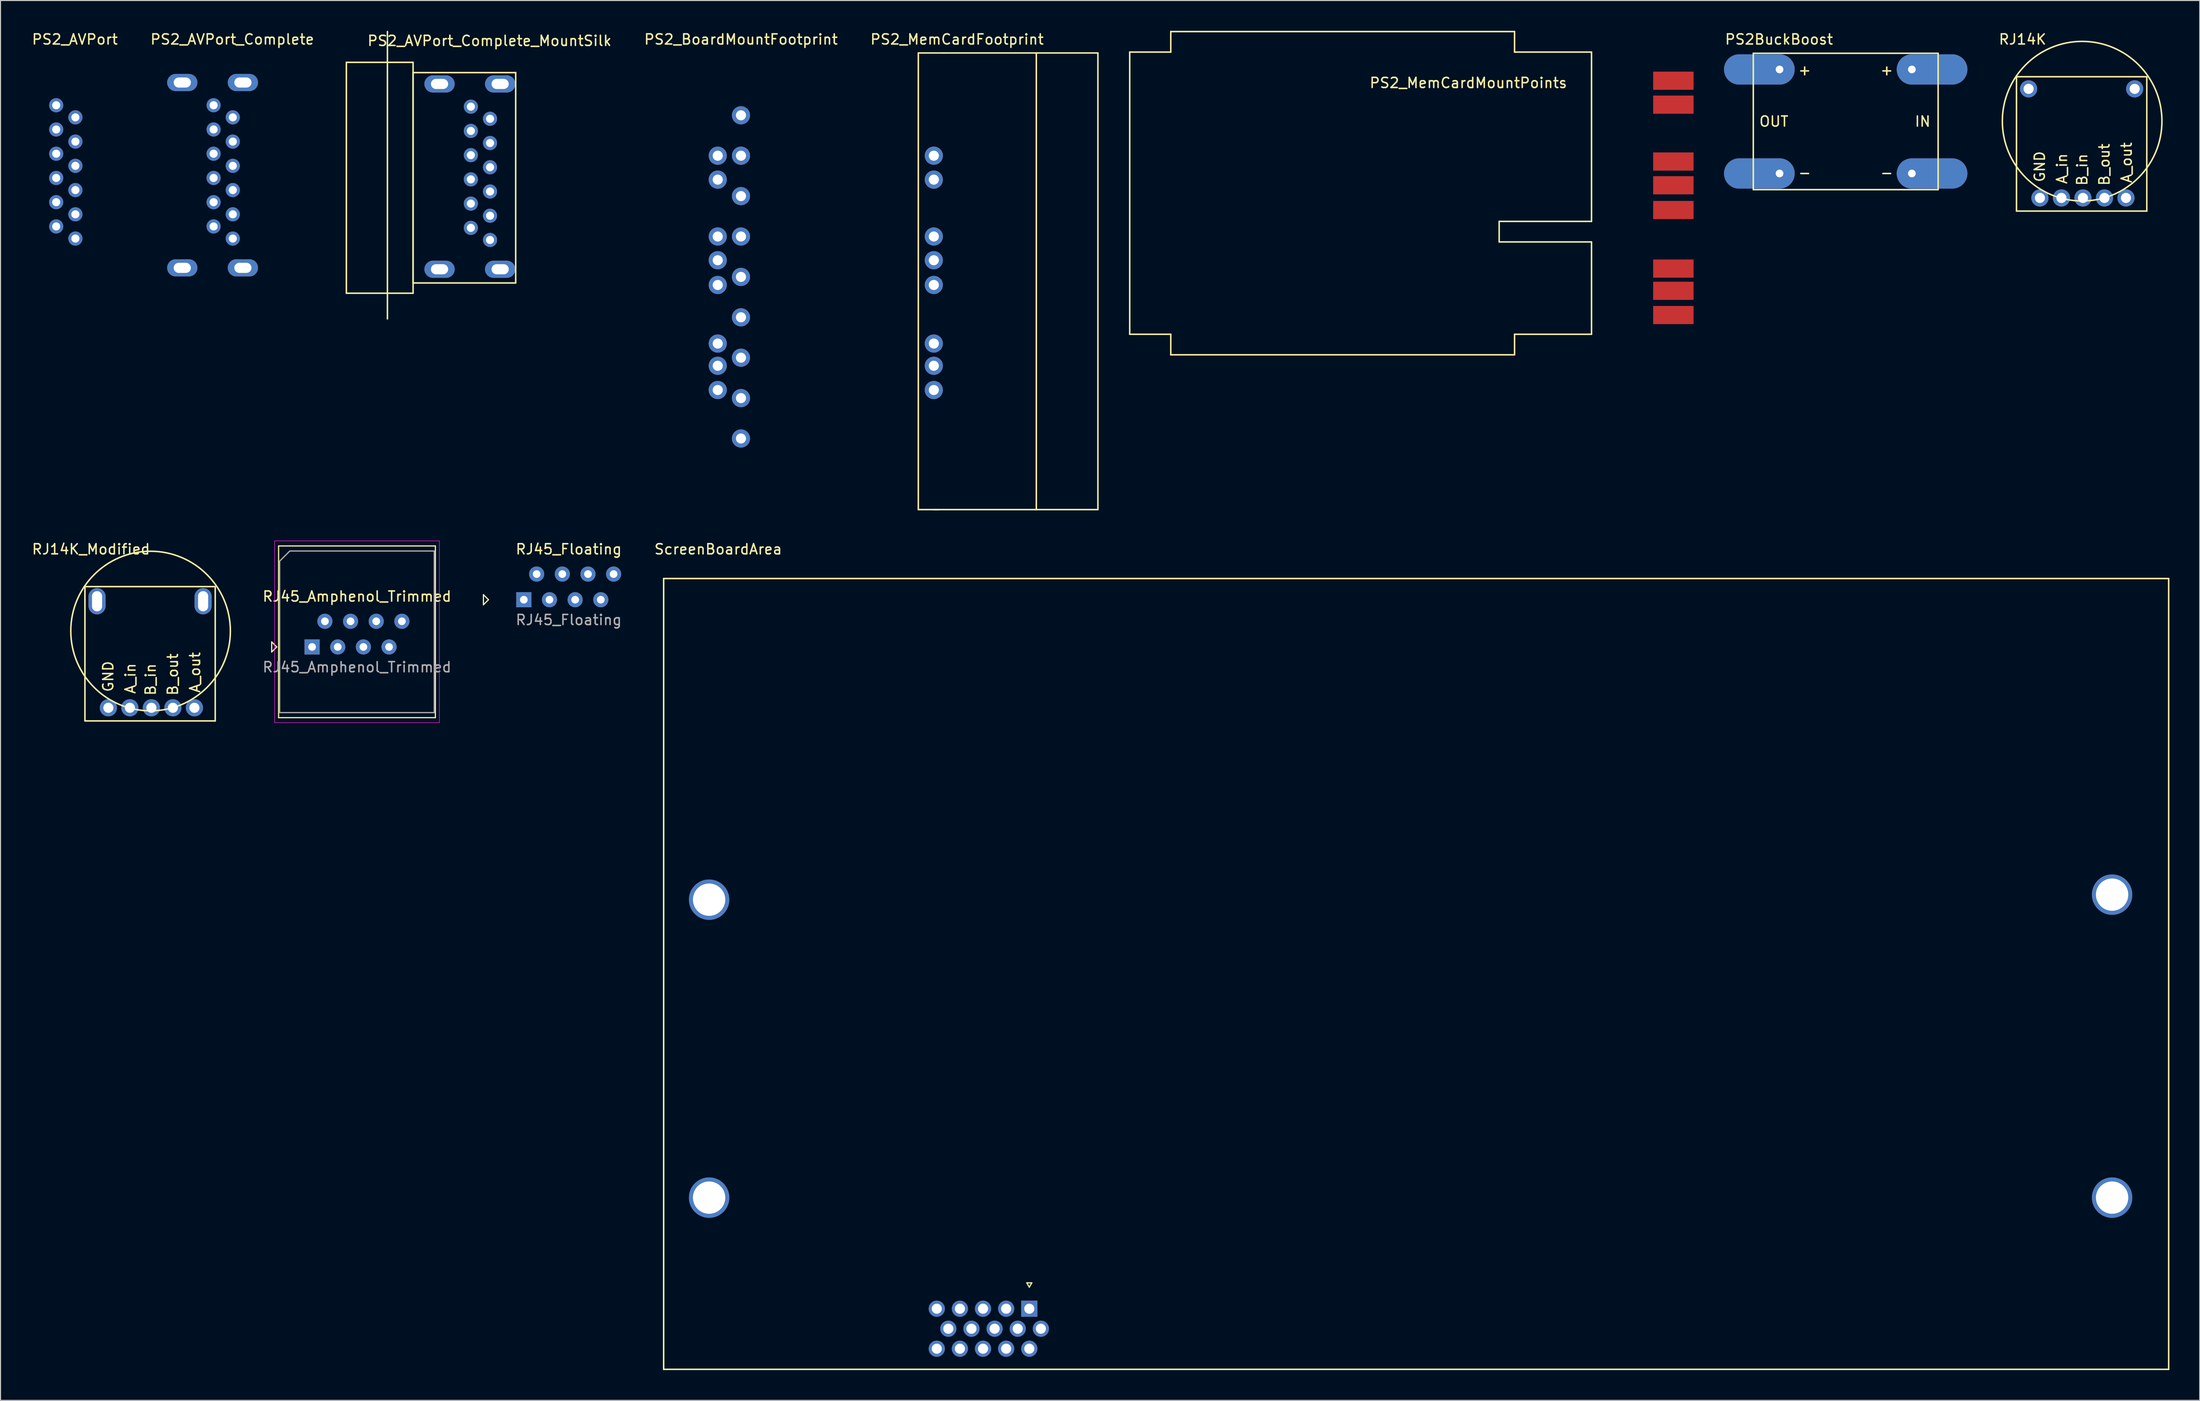
<source format=kicad_pcb>
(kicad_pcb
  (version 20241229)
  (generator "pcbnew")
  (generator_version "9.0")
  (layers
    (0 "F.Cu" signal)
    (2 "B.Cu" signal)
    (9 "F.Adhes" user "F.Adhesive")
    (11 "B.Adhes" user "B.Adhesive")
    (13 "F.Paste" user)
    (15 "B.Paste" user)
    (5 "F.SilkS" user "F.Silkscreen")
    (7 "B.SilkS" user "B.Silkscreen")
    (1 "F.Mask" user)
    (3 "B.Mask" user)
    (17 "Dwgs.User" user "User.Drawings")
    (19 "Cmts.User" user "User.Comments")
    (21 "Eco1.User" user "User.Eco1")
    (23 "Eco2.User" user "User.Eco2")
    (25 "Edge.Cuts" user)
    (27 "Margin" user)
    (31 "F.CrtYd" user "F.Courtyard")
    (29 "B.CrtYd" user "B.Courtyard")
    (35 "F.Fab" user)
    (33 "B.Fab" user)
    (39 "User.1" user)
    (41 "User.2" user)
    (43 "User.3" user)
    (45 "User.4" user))
  (footprint "PS2BuckBoost"
    (layer "F.Cu")
    (at 179.679 8.976)
    (property "Reference" "PS2BuckBoost" (at -6.604 -8.128 0) (layer "F.SilkS") (effects (font (size 1 1) (thickness 0.15))))
    (attr through_hole)
    (fp_line (start -9.15 -6.75) (end 9.15 -6.75) (stroke (width 0.15) (type solid)) (layer "F.SilkS"))
    (fp_line (start -9.15 6.75) (end -9.15 -6.75) (stroke (width 0.15) (type solid)) (layer "F.SilkS"))
    (fp_line (start 9.15 -6.75) (end 9.15 6.75) (stroke (width 0.15) (type solid)) (layer "F.SilkS"))
    (fp_line (start 9.15 6.75) (end -9.15 6.75) (stroke (width 0.15) (type solid)) (layer "F.SilkS"))
    (fp_text user "-" (at -4.064 5.08 0) (layer "F.SilkS") (effects (font (size 1 1) (thickness 0.15))))
    (fp_text user "IN" (at 7.62 0 0) (layer "F.SilkS") (effects (font (size 1 1) (thickness 0.15))))
    (fp_text user "-" (at 4.064 5.08 0) (layer "F.SilkS") (effects (font (size 1 1) (thickness 0.15))))
    (fp_text user "+" (at 4.064 -5.08 0) (layer "F.SilkS") (effects (font (size 1 1) (thickness 0.15))))
    (fp_text user "OUT" (at -7.112 0 0) (layer "F.SilkS") (effects (font (size 1 1) (thickness 0.15))))
    (fp_text user "+" (at -4.064 -5.08 0) (layer "F.SilkS") (effects (font (size 1 1) (thickness 0.15))))
    (pad "1" thru_hole oval (at 6.55 -5.15) (size 7 3) (drill 0.762 (offset 2 0)) (layers "*.Cu" "*.Mask"))
    (pad "2" thru_hole oval (at 6.55 5.15) (size 7 3) (drill 0.762 (offset 2 0)) (layers "*.Cu" "*.Mask"))
    (pad "3" thru_hole oval (at -6.55 -5.15 180) (size 7 3) (drill 0.762 (offset 2 0)) (layers "*.Cu" "*.Mask"))
    (pad "4" thru_hole oval (at -6.55 5.15 180) (size 7 3) (drill 0.762 (offset 2 0)) (layers "*.Cu" "*.Mask")))
  (footprint "PS2_AVPort"
    (layer "F.Cu")
    (at 4.414 8.57)
    (property "Reference" "PS2_AVPort" (at -0.051 -7.722 0) (layer "F.SilkS") (effects (font (size 1 1) (thickness 0.15))))
    (attr through_hole)
    (pad "1" thru_hole circle (at -1.9 -1.2) (size 1.4 1.4) (drill 0.8) (layers "*.Cu" "*.Mask"))
    (pad "2" thru_hole circle (at 0 0) (size 1.4 1.4) (drill 0.8) (layers "*.Cu" "*.Mask"))
    (pad "3" thru_hole circle (at -1.9 1.2) (size 1.4 1.4) (drill 0.8) (layers "*.Cu" "*.Mask"))
    (pad "4" thru_hole circle (at 0 2.4) (size 1.4 1.4) (drill 0.8) (layers "*.Cu" "*.Mask"))
    (pad "5" thru_hole circle (at -1.9 3.6) (size 1.4 1.4) (drill 0.8) (layers "*.Cu" "*.Mask"))
    (pad "6" thru_hole circle (at 0 4.8) (size 1.4 1.4) (drill 0.8) (layers "*.Cu" "*.Mask"))
    (pad "7" thru_hole circle (at -1.9 6) (size 1.4 1.4) (drill 0.8) (layers "*.Cu" "*.Mask"))
    (pad "8" thru_hole circle (at 0 7.2) (size 1.4 1.4) (drill 0.8) (layers "*.Cu" "*.Mask"))
    (pad "9" thru_hole circle (at -1.9 8.4) (size 1.4 1.4) (drill 0.8) (layers "*.Cu" "*.Mask"))
    (pad "10" thru_hole circle (at 0 9.6) (size 1.4 1.4) (drill 0.8) (layers "*.Cu" "*.Mask"))
    (pad "11" thru_hole circle (at -1.9 10.8) (size 1.4 1.4) (drill 0.8) (layers "*.Cu" "*.Mask"))
    (pad "12" thru_hole circle (at 0 12) (size 1.4 1.4) (drill 0.8) (layers "*.Cu" "*.Mask")))
  (footprint "ScreenBoardArea"
    (layer "F.Cu")
    (at 89.653 130.53)
    (property "Reference" "ScreenBoardArea" (at -21.6 -79.2 0) (layer "F.SilkS") (effects (font (size 1 1) (thickness 0.15))))
    (attr through_hole)
    (fp_line (start -27 -76.3) (end -27 2) (stroke (width 0.15) (type solid)) (layer "F.SilkS"))
    (fp_line (start -27 2) (end 122 2) (stroke (width 0.15) (type solid)) (layer "F.SilkS"))
    (fp_line (start 8.95 -6.564) (end 9.45 -6.564) (stroke (width 0.12) (type solid)) (layer "F.SilkS"))
    (fp_line (start 9.2 -6.131) (end 8.95 -6.564) (stroke (width 0.12) (type solid)) (layer "F.SilkS"))
    (fp_line (start 9.45 -6.564) (end 9.2 -6.131) (stroke (width 0.12) (type solid)) (layer "F.SilkS"))
    (fp_line (start 122 -76.3) (end -27 -76.3) (stroke (width 0.15) (type solid)) (layer "F.SilkS"))
    (fp_line (start 122 2) (end 122 -76.3) (stroke (width 0.15) (type solid)) (layer "F.SilkS"))
    (pad "0" thru_hole circle (at -22.5 -44.5) (size 4 4) (drill 3.2) (layers "*.Cu" "*.Mask"))
    (pad "0" thru_hole circle (at -22.5 -15) (size 4 4) (drill 3.2) (layers "*.Cu" "*.Mask"))
    (pad "0" thru_hole circle (at 116.4 -45) (size 4 4) (drill 3.2) (layers "*.Cu" "*.Mask"))
    (pad "0" thru_hole circle (at 116.4 -15) (size 4 4) (drill 3.2) (layers "*.Cu" "*.Mask"))
    (pad "1" thru_hole rect (at 9.2 -4) (size 1.6 1.6) (drill 1) (layers "*.Cu" "*.Mask"))
    (pad "2" thru_hole circle (at 6.91 -4) (size 1.6 1.6) (drill 1) (layers "*.Cu" "*.Mask"))
    (pad "3" thru_hole circle (at 4.62 -4) (size 1.6 1.6) (drill 1) (layers "*.Cu" "*.Mask"))
    (pad "4" thru_hole circle (at 2.33 -4) (size 1.6 1.6) (drill 1) (layers "*.Cu" "*.Mask"))
    (pad "5" thru_hole circle (at 0.04 -4) (size 1.6 1.6) (drill 1) (layers "*.Cu" "*.Mask"))
    (pad "6" thru_hole circle (at 10.345 -2.02) (size 1.6 1.6) (drill 1) (layers "*.Cu" "*.Mask"))
    (pad "7" thru_hole circle (at 8.055 -2.02) (size 1.6 1.6) (drill 1) (layers "*.Cu" "*.Mask"))
    (pad "8" thru_hole circle (at 5.765 -2.02) (size 1.6 1.6) (drill 1) (layers "*.Cu" "*.Mask"))
    (pad "9" thru_hole circle (at 3.475 -2.02) (size 1.6 1.6) (drill 1) (layers "*.Cu" "*.Mask"))
    (pad "10" thru_hole circle (at 1.185 -2.02) (size 1.6 1.6) (drill 1) (layers "*.Cu" "*.Mask"))
    (pad "11" thru_hole circle (at 9.2 -0.04) (size 1.6 1.6) (drill 1) (layers "*.Cu" "*.Mask"))
    (pad "12" thru_hole circle (at 6.91 -0.04) (size 1.6 1.6) (drill 1) (layers "*.Cu" "*.Mask"))
    (pad "13" thru_hole circle (at 4.62 -0.04) (size 1.6 1.6) (drill 1) (layers "*.Cu" "*.Mask"))
    (pad "14" thru_hole circle (at 2.33 -0.04) (size 1.6 1.6) (drill 1) (layers "*.Cu" "*.Mask"))
    (pad "15" thru_hole circle (at 0.04 -0.04) (size 1.6 1.6) (drill 1) (layers "*.Cu" "*.Mask")))
  (footprint "RJ45_Floating"
    (layer "F.Cu")
    (at 48.81 56.33)
    (property "Reference" "RJ45_Floating" (at 4.445 -5 180) (layer "F.SilkS") (effects (font (size 1 1) (thickness 0.15))))
    (attr through_hole)
    (fp_line (start -4 -0.5) (end -4 0.5) (stroke (width 0.12) (type solid)) (layer "F.SilkS"))
    (fp_line (start -4 0.5) (end -3.5 0) (stroke (width 0.12) (type solid)) (layer "F.SilkS"))
    (fp_line (start -3.5 0) (end -4 -0.5) (stroke (width 0.12) (type solid)) (layer "F.SilkS"))
    (fp_text user "${REFERENCE}" (at 4.445 2 180) (layer "F.Fab") (effects (font (size 1 1) (thickness 0.15))))
    (pad "1" thru_hole rect (at 0 0) (size 1.5 1.5) (drill 0.76) (layers "*.Cu" "*.Mask"))
    (pad "2" thru_hole circle (at 1.27 -2.54) (size 1.5 1.5) (drill 0.76) (layers "*.Cu" "*.Mask"))
    (pad "3" thru_hole circle (at 2.54 0) (size 1.5 1.5) (drill 0.76) (layers "*.Cu" "*.Mask"))
    (pad "4" thru_hole circle (at 3.81 -2.54) (size 1.5 1.5) (drill 0.76) (layers "*.Cu" "*.Mask"))
    (pad "5" thru_hole circle (at 5.08 0) (size 1.5 1.5) (drill 0.76) (layers "*.Cu" "*.Mask"))
    (pad "6" thru_hole circle (at 6.35 -2.54) (size 1.5 1.5) (drill 0.76) (layers "*.Cu" "*.Mask"))
    (pad "7" thru_hole circle (at 7.62 0) (size 1.5 1.5) (drill 0.76) (layers "*.Cu" "*.Mask"))
    (pad "8" thru_hole circle (at 8.89 -2.54) (size 1.5 1.5) (drill 0.76) (layers "*.Cu" "*.Mask")))
  (footprint "PS2_MemCardMountPoints"
    (layer "F.Cu")
    (at 162.605 4.931)
    (property "Reference" "PS2_MemCardMountPoints" (at -20.282 0.224 0) (layer "F.SilkS") (effects (font (size 1 1) (thickness 0.15))))
    (attr through_hole)
    (fp_line (start -53.81 -2.824) (end -49.746 -2.824) (stroke (width 0.15) (type solid)) (layer "F.SilkS"))
    (fp_line (start -53.81 25.116) (end -53.81 -2.824) (stroke (width 0.15) (type solid)) (layer "F.SilkS"))
    (fp_line (start -49.746 -4.856) (end -15.71 -4.856) (stroke (width 0.15) (type solid)) (layer "F.SilkS"))
    (fp_line (start -49.746 -2.824) (end -49.746 -4.856) (stroke (width 0.15) (type solid)) (layer "F.SilkS"))
    (fp_line (start -49.746 25.116) (end -53.81 25.116) (stroke (width 0.15) (type solid)) (layer "F.SilkS"))
    (fp_line (start -49.746 27.148) (end -49.746 25.116) (stroke (width 0.15) (type solid)) (layer "F.SilkS"))
    (fp_line (start -17.234 13.94) (end -17.234 15.972) (stroke (width 0.15) (type solid)) (layer "F.SilkS"))
    (fp_line (start -17.234 15.972) (end -8.09 15.972) (stroke (width 0.15) (type solid)) (layer "F.SilkS"))
    (fp_line (start -15.71 -4.856) (end -15.71 -2.824) (stroke (width 0.15) (type solid)) (layer "F.SilkS"))
    (fp_line (start -15.71 -2.824) (end -8.09 -2.824) (stroke (width 0.15) (type solid)) (layer "F.SilkS"))
    (fp_line (start -15.71 25.116) (end -15.71 27.148) (stroke (width 0.15) (type solid)) (layer "F.SilkS"))
    (fp_line (start -15.71 27.148) (end -49.746 27.148) (stroke (width 0.15) (type solid)) (layer "F.SilkS"))
    (fp_line (start -8.09 13.94) (end -17.234 13.94) (stroke (width 0.15) (type solid)) (layer "F.SilkS"))
    (fp_line (start -8.09 13.94) (end -8.09 -2.824) (stroke (width 0.15) (type solid)) (layer "F.SilkS"))
    (fp_line (start -8.09 15.972) (end -8.09 25.116) (stroke (width 0.15) (type solid)) (layer "F.SilkS"))
    (fp_line (start -8.09 25.116) (end -15.71 25.116) (stroke (width 0.15) (type solid)) (layer "F.SilkS"))
    (pad "1" smd rect (at 0.011 0.012) (size 4 1.8) (layers "F.Cu" "F.Mask" "F.Paste"))
    (pad "2" smd rect (at 0.011 2.382) (size 4 1.8) (layers "F.Cu" "F.Mask" "F.Paste"))
    (pad "3" smd rect (at 0.011 8.012) (size 4 1.8) (layers "F.Cu" "F.Mask" "F.Paste"))
    (pad "4" smd rect (at 0.011 10.362) (size 4 1.8) (layers "F.Cu" "F.Mask" "F.Paste"))
    (pad "5" smd rect (at 0.011 12.812) (size 4 1.8) (layers "F.Cu" "F.Mask" "F.Paste"))
    (pad "6" smd rect (at 0.011 18.612) (size 4 1.8) (layers "F.Cu" "F.Mask" "F.Paste"))
    (pad "7" smd rect (at 0.011 20.812) (size 4 1.8) (layers "F.Cu" "F.Mask" "F.Paste"))
    (pad "8" smd rect (at 0.011 23.212) (size 4 1.8) (layers "F.Cu" "F.Mask" "F.Paste")))
  (footprint "PS2_MemCardFootprint"
    (layer "F.Cu")
    (at 89.389 12.354)
    (property "Reference" "PS2_MemCardFootprint" (at 2.311 -11.506 0) (layer "F.SilkS") (effects (font (size 1 1) (thickness 0.15))))
    (attr through_hole)
    (fp_line (start -1.524 -10.16) (end -1.524 35.052) (stroke (width 0.15) (type solid)) (layer "F.SilkS"))
    (fp_line (start -1.524 35.052) (end 0.508 35.052) (stroke (width 0.15) (type solid)) (layer "F.SilkS"))
    (fp_line (start 1.016 -10.16) (end -1.524 -10.16) (stroke (width 0.15) (type solid)) (layer "F.SilkS"))
    (fp_line (start 1.016 -10.16) (end 16.256 -10.16) (stroke (width 0.15) (type solid)) (layer "F.SilkS"))
    (fp_line (start 10.16 35.052) (end 10.16 -10.16) (stroke (width 0.15) (type solid)) (layer "F.SilkS"))
    (fp_line (start 16.256 -10.16) (end 16.256 35.052) (stroke (width 0.15) (type solid)) (layer "F.SilkS"))
    (fp_line (start 16.256 35.052) (end 0 35.052) (stroke (width 0.15) (type solid)) (layer "F.SilkS"))
    (pad "1" thru_hole circle (at 0.011 0.012) (size 1.8 1.8) (drill 1) (layers "*.Cu" "*.Mask"))
    (pad "2" thru_hole circle (at 0.011 2.382) (size 1.8 1.8) (drill 1) (layers "*.Cu" "*.Mask"))
    (pad "3" thru_hole circle (at 0.011 8.012) (size 1.8 1.8) (drill 1) (layers "*.Cu" "*.Mask"))
    (pad "4" thru_hole circle (at 0.011 10.362) (size 1.8 1.8) (drill 1) (layers "*.Cu" "*.Mask"))
    (pad "5" thru_hole circle (at 0.011 12.812) (size 1.8 1.8) (drill 1) (layers "*.Cu" "*.Mask"))
    (pad "6" thru_hole circle (at 0.011 18.612) (size 1.8 1.8) (drill 1) (layers "*.Cu" "*.Mask"))
    (pad "7" thru_hole circle (at 0.011 20.812) (size 1.8 1.8) (drill 1) (layers "*.Cu" "*.Mask"))
    (pad "8" thru_hole circle (at 0.011 23.212) (size 1.8 1.8) (drill 1) (layers "*.Cu" "*.Mask")))
  (footprint "RJ14K"
    (layer "F.Cu")
    (at 197.787 5.748)
    (property "Reference" "RJ14K" (at -0.6 -4.9 0) (layer "F.SilkS") (effects (font (size 1 1) (thickness 0.15))))
    (attr through_hole)
    (fp_line (start -1.2 12.1) (end -1.2 -1.2) (stroke (width 0.15) (type solid)) (layer "F.SilkS"))
    (fp_line (start -1.1 -1.2) (end 11.6 -1.2) (stroke (width 0.15) (type solid)) (layer "F.SilkS"))
    (fp_line (start 11.7 -1.2) (end 11.7 12.1) (stroke (width 0.15) (type solid)) (layer "F.SilkS"))
    (fp_line (start 11.7 12.1) (end -1.2 12.1) (stroke (width 0.15) (type solid)) (layer "F.SilkS"))
    (fp_circle (center 5.3 3.2) (end 13.2 3.2) (stroke (width 0.15) (type solid)) (fill no) (layer "F.SilkS"))
    (fp_text user "B_out" (at 7.5 7.5 90) (layer "F.SilkS") (effects (font (size 1 1) (thickness 0.15))))
    (fp_text user "B_in" (at 5.3 8 90) (layer "F.SilkS") (effects (font (size 1 1) (thickness 0.15))))
    (fp_text user "A_in" (at 3.3 7.9 90) (layer "F.SilkS") (effects (font (size 1 1) (thickness 0.15))))
    (fp_text user "GND" (at 1.1 7.7 90) (layer "F.SilkS") (effects (font (size 1 1) (thickness 0.15))))
    (fp_text user "A_out" (at 9.7 7.3 90) (layer "F.SilkS") (effects (font (size 1 1) (thickness 0.15))))
    (pad "1" thru_hole circle (at 0 0) (size 1.7 1.7) (drill 1) (layers "*.Cu" "*.Mask"))
    (pad "1" thru_hole circle (at 1.12 10.8) (size 1.7 1.7) (drill 1) (layers "*.Cu" "*.Mask"))
    (pad "1" thru_hole circle (at 10.5 0) (size 1.7 1.7) (drill 1) (layers "*.Cu" "*.Mask"))
    (pad "2" thru_hole circle (at 3.25 10.8) (size 1.7 1.7) (drill 1) (layers "*.Cu" "*.Mask"))
    (pad "3" thru_hole circle (at 5.38 10.8) (size 1.7 1.7) (drill 1) (layers "*.Cu" "*.Mask"))
    (pad "4" thru_hole circle (at 7.51 10.8) (size 1.7 1.7) (drill 1) (layers "*.Cu" "*.Mask"))
    (pad "5" thru_hole circle (at 9.64 10.8) (size 1.7 1.7) (drill 1) (layers "*.Cu" "*.Mask")))
  (footprint "PS2_AVPort_Complete"
    (layer "F.Cu")
    (at 19.997 8.57)
    (property "Reference" "PS2_AVPort_Complete" (at -0.051 -7.722 0) (layer "F.SilkS") (effects (font (size 1 1) (thickness 0.15))))
    (attr through_hole)
    (pad "1" thru_hole oval (at -5 -3.45) (size 3 1.7) (drill oval 1.7 1) (layers "*.Cu" "*.Mask"))
    (pad "1" thru_hole oval (at -5 14.9) (size 3 1.7) (drill oval 1.7 1) (layers "*.Cu" "*.Mask"))
    (pad "1" thru_hole circle (at -1.9 -1.2) (size 1.4 1.4) (drill 0.8) (layers "*.Cu" "*.Mask"))
    (pad "1" thru_hole circle (at 0 7.2) (size 1.4 1.4) (drill 0.8) (layers "*.Cu" "*.Mask"))
    (pad "1" thru_hole oval (at 1 -3.45) (size 3 1.7) (drill oval 1.7 1) (layers "*.Cu" "*.Mask"))
    (pad "1" thru_hole oval (at 1 14.9) (size 3 1.7) (drill oval 1.7 1) (layers "*.Cu" "*.Mask"))
    (pad "2" thru_hole circle (at 0 0) (size 1.4 1.4) (drill 0.8) (layers "*.Cu" "*.Mask"))
    (pad "3" thru_hole circle (at -1.9 1.2) (size 1.4 1.4) (drill 0.8) (layers "*.Cu" "*.Mask"))
    (pad "4" thru_hole circle (at 0 2.4) (size 1.4 1.4) (drill 0.8) (layers "*.Cu" "*.Mask"))
    (pad "5" thru_hole circle (at -1.9 3.6) (size 1.4 1.4) (drill 0.8) (layers "*.Cu" "*.Mask"))
    (pad "6" thru_hole circle (at 0 4.8) (size 1.4 1.4) (drill 0.8) (layers "*.Cu" "*.Mask"))
    (pad "7" thru_hole circle (at -1.9 6) (size 1.4 1.4) (drill 0.8) (layers "*.Cu" "*.Mask"))
    (pad "9" thru_hole circle (at -1.9 8.4) (size 1.4 1.4) (drill 0.8) (layers "*.Cu" "*.Mask"))
    (pad "10" thru_hole circle (at 0 9.6) (size 1.4 1.4) (drill 0.8) (layers "*.Cu" "*.Mask"))
    (pad "11" thru_hole circle (at -1.9 10.8) (size 1.4 1.4) (drill 0.8) (layers "*.Cu" "*.Mask"))
    (pad "12" thru_hole circle (at 0 12) (size 1.4 1.4) (drill 0.8) (layers "*.Cu" "*.Mask")))
  (footprint "RJ14K_Modified"
    (layer "F.Cu")
    (at 6.558 56.23)
    (property "Reference" "RJ14K_Modified" (at -0.6 -4.9 0) (layer "F.SilkS") (effects (font (size 1 1) (thickness 0.15))))
    (attr through_hole)
    (fp_line (start -1.2 12.1) (end -1.2 -1.2) (stroke (width 0.15) (type solid)) (layer "F.SilkS"))
    (fp_line (start -1.1 -1.2) (end 11.6 -1.2) (stroke (width 0.15) (type solid)) (layer "F.SilkS"))
    (fp_line (start 11.7 -1.2) (end 11.7 12.1) (stroke (width 0.15) (type solid)) (layer "F.SilkS"))
    (fp_line (start 11.7 12.1) (end -1.2 12.1) (stroke (width 0.15) (type solid)) (layer "F.SilkS"))
    (fp_circle (center 5.3 3.2) (end 13.2 3.2) (stroke (width 0.15) (type solid)) (fill no) (layer "F.SilkS"))
    (fp_text user "B_out" (at 7.5 7.5 90) (layer "F.SilkS") (effects (font (size 1 1) (thickness 0.15))))
    (fp_text user "A_out" (at 9.7 7.3 90) (layer "F.SilkS") (effects (font (size 1 1) (thickness 0.15))))
    (fp_text user "B_in" (at 5.3 8 90) (layer "F.SilkS") (effects (font (size 1 1) (thickness 0.15))))
    (fp_text user "A_in" (at 3.3 7.9 90) (layer "F.SilkS") (effects (font (size 1 1) (thickness 0.15))))
    (fp_text user "GND" (at 1.1 7.7 90) (layer "F.SilkS") (effects (font (size 1 1) (thickness 0.15))))
    (pad "1" thru_hole oval (at 0 0.25) (size 1.7 2.6) (drill oval 1 2) (layers "*.Cu" "*.Mask"))
    (pad "1" thru_hole circle (at 1.12 10.8) (size 1.7 1.7) (drill 1) (layers "*.Cu" "*.Mask"))
    (pad "1" thru_hole oval (at 10.5 0.25) (size 1.7 2.6) (drill oval 1 2) (layers "*.Cu" "*.Mask"))
    (pad "2" thru_hole circle (at 3.25 10.8) (size 1.7 1.7) (drill 1) (layers "*.Cu" "*.Mask"))
    (pad "3" thru_hole circle (at 5.38 10.8) (size 1.7 1.7) (drill 1) (layers "*.Cu" "*.Mask"))
    (pad "4" thru_hole circle (at 7.51 10.8) (size 1.7 1.7) (drill 1) (layers "*.Cu" "*.Mask"))
    (pad "5" thru_hole circle (at 9.64 10.8) (size 1.7 1.7) (drill 1) (layers "*.Cu" "*.Mask")))
  (footprint "RJ45_Amphenol_Trimmed"
    (layer "F.Cu")
    (at 27.847 61.006)
    (property "Reference" "RJ45_Amphenol_Trimmed" (at 4.445 -5 0) (layer "F.SilkS") (effects (font (size 1 1) (thickness 0.15))))
    (attr through_hole)
    (fp_line (start -4 -0.5) (end -4 0.5) (stroke (width 0.12) (type solid)) (layer "F.SilkS"))
    (fp_line (start -4 0.5) (end -3.5 0) (stroke (width 0.12) (type solid)) (layer "F.SilkS"))
    (fp_line (start -3.5 0) (end -4 -0.5) (stroke (width 0.12) (type solid)) (layer "F.SilkS"))
    (fp_line (start -3.315 -10) (end -3.315 7) (stroke (width 0.12) (type solid)) (layer "F.SilkS"))
    (fp_line (start -3.315 7) (end 12.205 7) (stroke (width 0.12) (type solid)) (layer "F.SilkS"))
    (fp_line (start 12.205 -10) (end -3.315 -10) (stroke (width 0.12) (type solid)) (layer "F.SilkS"))
    (fp_line (start 12.205 -10) (end 12.205 7) (stroke (width 0.12) (type solid)) (layer "F.SilkS"))
    (fp_line (start -3.71 -10.5) (end -3.71 7.5) (stroke (width 0.05) (type solid)) (layer "F.CrtYd"))
    (fp_line (start -3.71 -10.5) (end 12.6 -10.5) (stroke (width 0.05) (type solid)) (layer "F.CrtYd"))
    (fp_line (start 12.6 7.5) (end -3.71 7.5) (stroke (width 0.05) (type solid)) (layer "F.CrtYd"))
    (fp_line (start 12.6 7.5) (end 12.6 -10.5) (stroke (width 0.05) (type solid)) (layer "F.CrtYd"))
    (fp_line (start -3.205 -8.5) (end -2.205 -9.5) (stroke (width 0.12) (type solid)) (layer "F.Fab"))
    (fp_line (start -3.205 6.5) (end -3.205 -8.5) (stroke (width 0.12) (type solid)) (layer "F.Fab"))
    (fp_line (start -2.205 -9.5) (end 12.095 -9.5) (stroke (width 0.12) (type solid)) (layer "F.Fab"))
    (fp_line (start 12.095 -9.5) (end 12.095 6.5) (stroke (width 0.12) (type solid)) (layer "F.Fab"))
    (fp_line (start 12.095 6.5) (end -3.205 6.5) (stroke (width 0.12) (type solid)) (layer "F.Fab"))
    (fp_text user "${REFERENCE}" (at 4.445 2 0) (layer "F.Fab") (effects (font (size 1 1) (thickness 0.15))))
    (pad "1" thru_hole rect (at 0 0) (size 1.5 1.5) (drill 0.76) (layers "*.Cu" "*.Mask"))
    (pad "2" thru_hole circle (at 1.27 -2.54) (size 1.5 1.5) (drill 0.76) (layers "*.Cu" "*.Mask"))
    (pad "3" thru_hole circle (at 2.54 0) (size 1.5 1.5) (drill 0.76) (layers "*.Cu" "*.Mask"))
    (pad "4" thru_hole circle (at 3.81 -2.54) (size 1.5 1.5) (drill 0.76) (layers "*.Cu" "*.Mask"))
    (pad "5" thru_hole circle (at 5.08 0) (size 1.5 1.5) (drill 0.76) (layers "*.Cu" "*.Mask"))
    (pad "6" thru_hole circle (at 6.35 -2.54) (size 1.5 1.5) (drill 0.76) (layers "*.Cu" "*.Mask"))
    (pad "7" thru_hole circle (at 7.62 0) (size 1.5 1.5) (drill 0.76) (layers "*.Cu" "*.Mask"))
    (pad "8" thru_hole circle (at 8.89 -2.54) (size 1.5 1.5) (drill 0.76) (layers "*.Cu" "*.Mask")))
  (footprint "PS2_BoardMountFootprint"
    (layer "F.Cu")
    (at 70.308 8.367)
    (property "Reference" "PS2_BoardMountFootprint" (at 0 -7.518 0) (layer "F.SilkS") (effects (font (size 1 1) (thickness 0.15))))
    (attr through_hole)
    (pad "1" thru_hole circle (at 0 0) (size 1.8 1.8) (drill 1) (layers "*.Cu" "*.Mask"))
    (pad "2" thru_hole circle (at 0 4) (size 1.8 1.8) (drill 1) (layers "*.Cu" "*.Mask"))
    (pad "3" thru_hole circle (at 0 8) (size 1.8 1.8) (drill 1) (layers "*.Cu" "*.Mask"))
    (pad "4" thru_hole circle (at 0 12) (size 1.8 1.8) (drill 1) (layers "*.Cu" "*.Mask"))
    (pad "5" thru_hole circle (at 0 16) (size 1.8 1.8) (drill 1) (layers "*.Cu" "*.Mask"))
    (pad "6" thru_hole circle (at 0 20) (size 1.8 1.8) (drill 1) (layers "*.Cu" "*.Mask"))
    (pad "7" thru_hole circle (at 0 24) (size 1.8 1.8) (drill 1) (layers "*.Cu" "*.Mask"))
    (pad "8" thru_hole circle (at 0 28) (size 1.8 1.8) (drill 1) (layers "*.Cu" "*.Mask"))
    (pad "9" thru_hole circle (at 0 32) (size 1.8 1.8) (drill 1) (layers "*.Cu" "*.Mask"))
    (pad "11" thru_hole circle (at -2.3 4) (size 1.8 1.8) (drill 1) (layers "*.Cu" "*.Mask"))
    (pad "12" thru_hole circle (at -2.3 6.37) (size 1.8 1.8) (drill 1) (layers "*.Cu" "*.Mask"))
    (pad "13" thru_hole circle (at -2.3 12) (size 1.8 1.8) (drill 1) (layers "*.Cu" "*.Mask"))
    (pad "14" thru_hole circle (at -2.3 14.35) (size 1.8 1.8) (drill 1) (layers "*.Cu" "*.Mask"))
    (pad "15" thru_hole circle (at -2.3 16.8) (size 1.8 1.8) (drill 1) (layers "*.Cu" "*.Mask"))
    (pad "16" thru_hole circle (at -2.3 22.6) (size 1.8 1.8) (drill 1) (layers "*.Cu" "*.Mask"))
    (pad "17" thru_hole circle (at -2.3 24.8) (size 1.8 1.8) (drill 1) (layers "*.Cu" "*.Mask"))
    (pad "18" thru_hole circle (at -2.3 27.2) (size 1.8 1.8) (drill 1) (layers "*.Cu" "*.Mask")))
  (footprint "PS2_AVPort_Complete_MountSilk"
    (layer "F.Cu")
    (at 45.466 8.711)
    (property "Reference" "PS2_AVPort_Complete_MountSilk" (at -0.051 -7.722 0) (layer "F.SilkS") (effects (font (size 1 1) (thickness 0.15))))
    (attr through_hole)
    (fp_line (start -14.224 -5.588) (end -7.62 -5.588) (stroke (width 0.15) (type solid)) (layer "F.SilkS"))
    (fp_line (start -14.224 17.272) (end -14.224 -5.588) (stroke (width 0.15) (type solid)) (layer "F.SilkS"))
    (fp_line (start -10.16 -8.636) (end -10.16 19.812) (stroke (width 0.15) (type solid)) (layer "F.SilkS"))
    (fp_line (start -7.62 -5.588) (end -7.62 17.272) (stroke (width 0.15) (type solid)) (layer "F.SilkS"))
    (fp_line (start -7.62 -4.572) (end 2.54 -4.572) (stroke (width 0.15) (type solid)) (layer "F.SilkS"))
    (fp_line (start -7.62 16.256) (end -7.62 -4.572) (stroke (width 0.15) (type solid)) (layer "F.SilkS"))
    (fp_line (start -7.62 17.272) (end -14.224 17.272) (stroke (width 0.15) (type solid)) (layer "F.SilkS"))
    (fp_line (start 2.54 -4.572) (end 2.54 16.256) (stroke (width 0.15) (type solid)) (layer "F.SilkS"))
    (fp_line (start 2.54 16.256) (end -7.62 16.256) (stroke (width 0.15) (type solid)) (layer "F.SilkS"))
    (pad "1" thru_hole oval (at -5 -3.45) (size 3 1.7) (drill oval 1.7 1) (layers "*.Cu" "*.Mask"))
    (pad "1" thru_hole oval (at -5 14.9) (size 3 1.7) (drill oval 1.7 1) (layers "*.Cu" "*.Mask"))
    (pad "1" thru_hole circle (at -1.9 -1.2) (size 1.4 1.4) (drill 0.8) (layers "*.Cu" "*.Mask"))
    (pad "1" thru_hole circle (at 0 7.2) (size 1.4 1.4) (drill 0.8) (layers "*.Cu" "*.Mask"))
    (pad "1" thru_hole oval (at 1 -3.45) (size 3 1.7) (drill oval 1.7 1) (layers "*.Cu" "*.Mask"))
    (pad "1" thru_hole oval (at 1 14.9) (size 3 1.7) (drill oval 1.7 1) (layers "*.Cu" "*.Mask"))
    (pad "2" thru_hole circle (at 0 0) (size 1.4 1.4) (drill 0.8) (layers "*.Cu" "*.Mask"))
    (pad "3" thru_hole circle (at -1.9 1.2) (size 1.4 1.4) (drill 0.8) (layers "*.Cu" "*.Mask"))
    (pad "4" thru_hole circle (at 0 2.4) (size 1.4 1.4) (drill 0.8) (layers "*.Cu" "*.Mask"))
    (pad "5" thru_hole circle (at -1.9 3.6) (size 1.4 1.4) (drill 0.8) (layers "*.Cu" "*.Mask"))
    (pad "6" thru_hole circle (at 0 4.8) (size 1.4 1.4) (drill 0.8) (layers "*.Cu" "*.Mask"))
    (pad "7" thru_hole circle (at -1.9 6) (size 1.4 1.4) (drill 0.8) (layers "*.Cu" "*.Mask"))
    (pad "9" thru_hole circle (at -1.9 8.4) (size 1.4 1.4) (drill 0.8) (layers "*.Cu" "*.Mask"))
    (pad "10" thru_hole circle (at 0 9.6) (size 1.4 1.4) (drill 0.8) (layers "*.Cu" "*.Mask"))
    (pad "11" thru_hole circle (at -1.9 10.8) (size 1.4 1.4) (drill 0.8) (layers "*.Cu" "*.Mask"))
    (pad "12" thru_hole circle (at 0 12) (size 1.4 1.4) (drill 0.8) (layers "*.Cu" "*.Mask")))
  (gr_rect
    (start -3 -3)
    (end 214.728 135.605)
    (stroke (width 0.1) (type default))
    (fill no)
    (layer "Edge.Cuts")))
</source>
